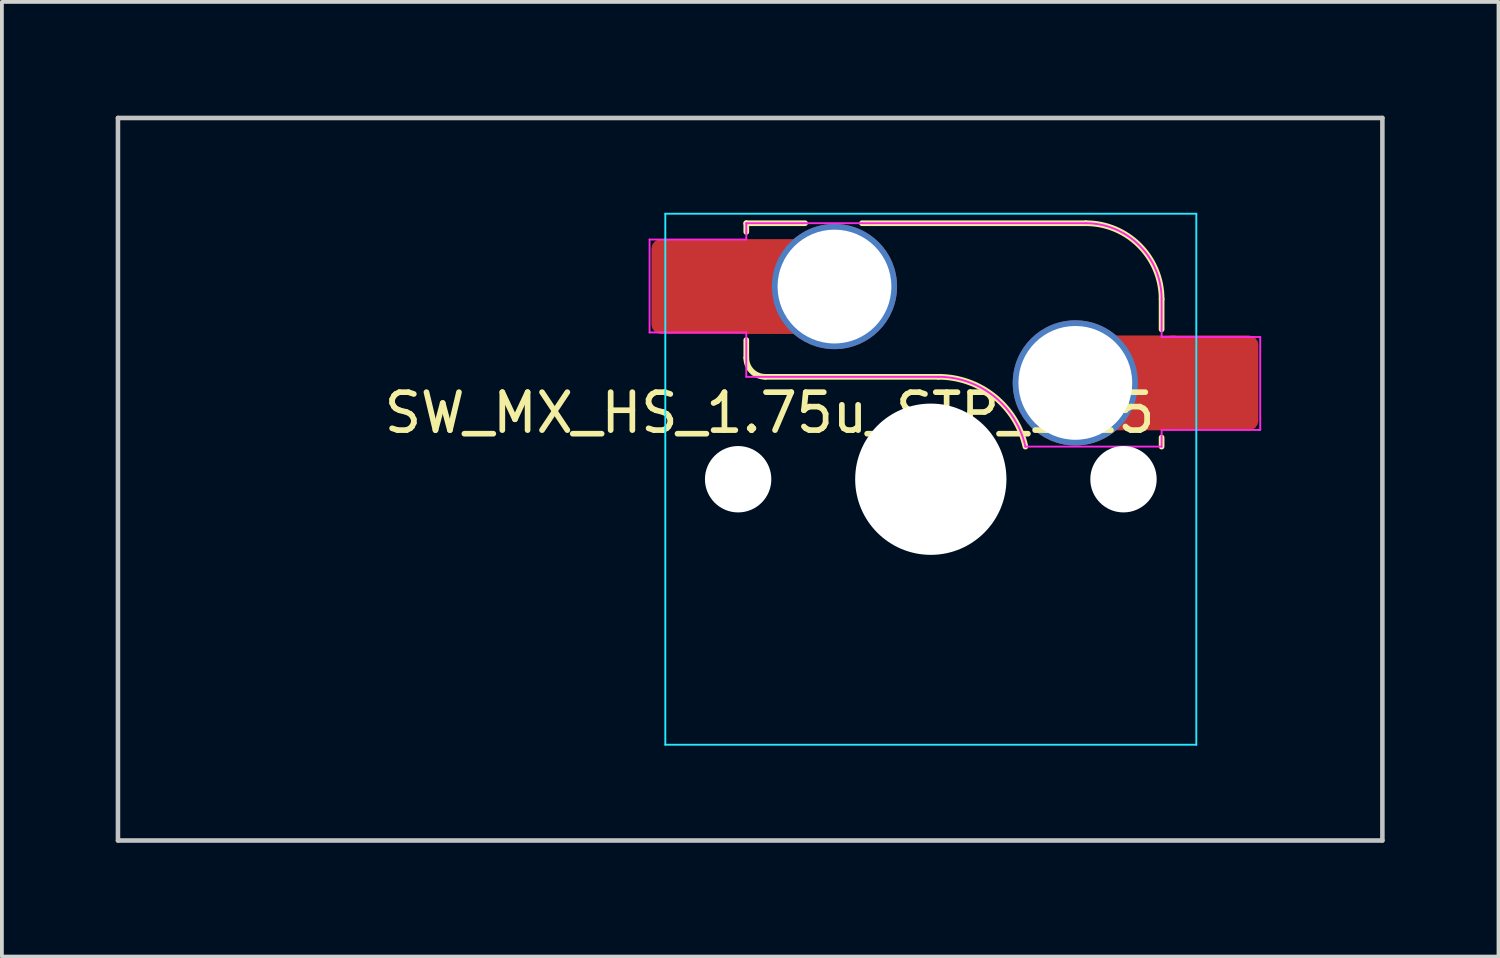
<source format=kicad_pcb>
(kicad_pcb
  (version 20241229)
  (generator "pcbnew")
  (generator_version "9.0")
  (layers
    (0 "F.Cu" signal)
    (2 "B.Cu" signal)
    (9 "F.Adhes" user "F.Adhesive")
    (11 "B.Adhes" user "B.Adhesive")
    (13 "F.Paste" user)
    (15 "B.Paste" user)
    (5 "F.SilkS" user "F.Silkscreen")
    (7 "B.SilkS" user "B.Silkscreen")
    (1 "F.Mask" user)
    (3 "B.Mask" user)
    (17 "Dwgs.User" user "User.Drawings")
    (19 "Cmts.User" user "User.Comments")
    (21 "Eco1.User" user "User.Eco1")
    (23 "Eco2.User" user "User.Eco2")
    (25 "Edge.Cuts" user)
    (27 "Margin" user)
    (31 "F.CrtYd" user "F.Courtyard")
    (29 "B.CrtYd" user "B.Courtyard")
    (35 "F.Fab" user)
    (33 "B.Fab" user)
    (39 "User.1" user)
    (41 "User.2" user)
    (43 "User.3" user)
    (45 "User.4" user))
  (footprint "SW_MX_HS_1.75u_STP_1.25"
    (layer "F.Cu")
    (at 21.491 9.585)
    (property "Reference" "SW_MX_HS_1.75u_STP_1.25" (at -4.25 -1.75 0) (layer "F.SilkS") (effects (font (size 1 1) (thickness 0.15))))
    (attr smd)
    (fp_line (start -4.865 -6.75) (end -4.865 -6.52) (stroke (width 0.15) (type solid)) (layer "F.SilkS"))
    (fp_line (start -4.865 -3.67) (end -4.865 -3.2) (stroke (width 0.15) (type solid)) (layer "F.SilkS"))
    (fp_line (start -4.365 -2.7) (end 0.2 -2.7) (stroke (width 0.15) (type solid)) (layer "F.SilkS"))
    (fp_line (start -3.315 -6.75) (end -4.865 -6.75) (stroke (width 0.15) (type solid)) (layer "F.SilkS"))
    (fp_line (start 4.085 -6.75) (end -1.815 -6.75) (stroke (width 0.15) (type solid)) (layer "F.SilkS"))
    (fp_line (start 6.085 -3.95) (end 6.085 -4.75) (stroke (width 0.15) (type solid)) (layer "F.SilkS"))
    (fp_line (start 6.085 -1.1) (end 6.085 -0.86) (stroke (width 0.15) (type solid)) (layer "F.SilkS"))
    (fp_arc (start -4.364824 -2.70022) (mid -4.718377 -2.846667) (end -4.864824 -3.20022) (stroke (width 0.15) (type solid)) (layer "F.SilkS"))
    (fp_arc (start 0.2 -2.70022) (mid 1.670693 -2.183637) (end 2.494322 -0.86022) (stroke (width 0.15) (type solid)) (layer "F.SilkS"))
    (fp_arc (start 4.085176 -6.75022) (mid 5.49939 -6.164434) (end 6.085176 -4.75022) (stroke (width 0.15) (type solid)) (layer "F.SilkS"))
    (fp_line (start -21.431 -9.525) (end 11.906 -9.525) (stroke (width 0.12) (type solid)) (layer "Dwgs.User"))
    (fp_line (start -21.431 9.525) (end -21.431 -9.525) (stroke (width 0.12) (type solid)) (layer "Dwgs.User"))
    (fp_line (start 11.906 -9.525) (end 11.906 9.525) (stroke (width 0.12) (type solid)) (layer "Dwgs.User"))
    (fp_line (start 11.906 9.525) (end -21.431 9.525) (stroke (width 0.12) (type solid)) (layer "Dwgs.User"))
    (fp_line (start -7 -6.5) (end -7 6.5) (stroke (width 0.05) (type solid)) (layer "Eco2.User"))
    (fp_line (start -6.5 7) (end 6.5 7) (stroke (width 0.05) (type solid)) (layer "Eco2.User"))
    (fp_line (start 6.5 -7) (end -6.5 -7) (stroke (width 0.05) (type solid)) (layer "Eco2.User"))
    (fp_line (start 7 6.5) (end 7 -6.5) (stroke (width 0.05) (type solid)) (layer "Eco2.User"))
    (fp_arc (start -7 -6.5) (mid -6.853553 -6.853553) (end -6.5 -7) (stroke (width 0.05) (type solid)) (layer "Eco2.User"))
    (fp_arc (start -6.497236 6.998884) (mid -6.850789 6.852437) (end -6.997236 6.498884) (stroke (width 0.05) (type solid)) (layer "Eco2.User"))
    (fp_arc (start 6.5 -7) (mid 6.853553 -6.853553) (end 7 -6.5) (stroke (width 0.05) (type solid)) (layer "Eco2.User"))
    (fp_arc (start 7 6.5) (mid 6.853553 6.853553) (end 6.5 7) (stroke (width 0.05) (type solid)) (layer "Eco2.User"))
    (fp_line (start -7 -7) (end 7 -7) (stroke (width 0.05) (type solid)) (layer "B.CrtYd"))
    (fp_line (start -7 7) (end -7 -7) (stroke (width 0.05) (type solid)) (layer "B.CrtYd"))
    (fp_line (start 7 -7) (end 7 7) (stroke (width 0.05) (type solid)) (layer "B.CrtYd"))
    (fp_line (start 7 7) (end -7 7) (stroke (width 0.05) (type solid)) (layer "B.CrtYd"))
    (fp_line (start -7.415 -6.32) (end -4.865 -6.32) (stroke (width 0.05) (type solid)) (layer "F.CrtYd"))
    (fp_line (start -7.415 -3.87) (end -7.415 -6.32) (stroke (width 0.05) (type solid)) (layer "F.CrtYd"))
    (fp_line (start -4.865 -6.75) (end -4.865 -6.32) (stroke (width 0.05) (type solid)) (layer "F.CrtYd"))
    (fp_line (start -4.865 -3.87) (end -7.415 -3.87) (stroke (width 0.05) (type solid)) (layer "F.CrtYd"))
    (fp_line (start -4.865 -3.87) (end -4.865 -2.7) (stroke (width 0.05) (type solid)) (layer "F.CrtYd"))
    (fp_line (start -4.865 -2.7) (end 0.2 -2.7) (stroke (width 0.05) (type solid)) (layer "F.CrtYd"))
    (fp_line (start 4.085 -6.75) (end -4.865 -6.75) (stroke (width 0.05) (type solid)) (layer "F.CrtYd"))
    (fp_line (start 6.085 -3.75) (end 6.085 -4.75) (stroke (width 0.05) (type solid)) (layer "F.CrtYd"))
    (fp_line (start 6.085 -3.75) (end 8.685 -3.75) (stroke (width 0.05) (type solid)) (layer "F.CrtYd"))
    (fp_line (start 6.085 -1.3) (end 6.085 -0.86) (stroke (width 0.05) (type solid)) (layer "F.CrtYd"))
    (fp_line (start 6.085 -0.86) (end 2.494 -0.86) (stroke (width 0.05) (type solid)) (layer "F.CrtYd"))
    (fp_line (start 8.685 -3.75) (end 8.685 -1.3) (stroke (width 0.05) (type solid)) (layer "F.CrtYd"))
    (fp_line (start 8.685 -1.3) (end 6.085 -1.3) (stroke (width 0.05) (type solid)) (layer "F.CrtYd"))
    (fp_arc (start 0.2 -2.70022) (mid 1.670503 -2.183399) (end 2.494322 -0.86022) (stroke (width 0.05) (type solid)) (layer "F.CrtYd"))
    (fp_arc (start 4.085176 -6.75022) (mid 5.49939 -6.164434) (end 6.085176 -4.75022) (stroke (width 0.05) (type solid)) (layer "F.CrtYd"))
    (pad "" np_thru_hole circle (at -5.08 0) (size 1.75 1.75) (drill 1.75) (layers "*.Cu" "*.Mask"))
    (pad "" np_thru_hole circle (at 0 0) (size 3.988 3.988) (drill 3.988) (layers "*.Cu" "*.Mask"))
    (pad "" np_thru_hole circle (at 5.08 0) (size 1.75 1.75) (drill 1.75) (layers "*.Cu" "*.Mask"))
    (pad "1" thru_hole circle (at 3.81 -2.54) (size 3.3 3.3) (drill 3) (layers "*.Cu"))
    (pad "1" smd rect (at 5.635 -2.54 180) (size 1.65 2.5) (layers "F.Cu"))
    (pad "1" smd roundrect (at 7.36 -2.54) (size 2.55 2.5) (layers "F.Cu" "F.Mask" "F.Paste") (roundrect_rratio 0.1))
    (pad "2" smd roundrect (at -6.09 -5.08) (size 2.55 2.5) (layers "F.Cu" "F.Mask" "F.Paste") (roundrect_rratio 0.1))
    (pad "2" smd rect (at -4.34 -5.08) (size 1.65 2.5) (layers "F.Cu"))
    (pad "2" thru_hole circle (at -2.54 -5.08) (size 3.3 3.3) (drill 3) (layers "*.Cu")))
  (gr_rect
    (start -3 -3)
    (end 36.458 22.17)
    (stroke (width 0.1) (type default))
    (fill no)
    (layer "Edge.Cuts")))
</source>
